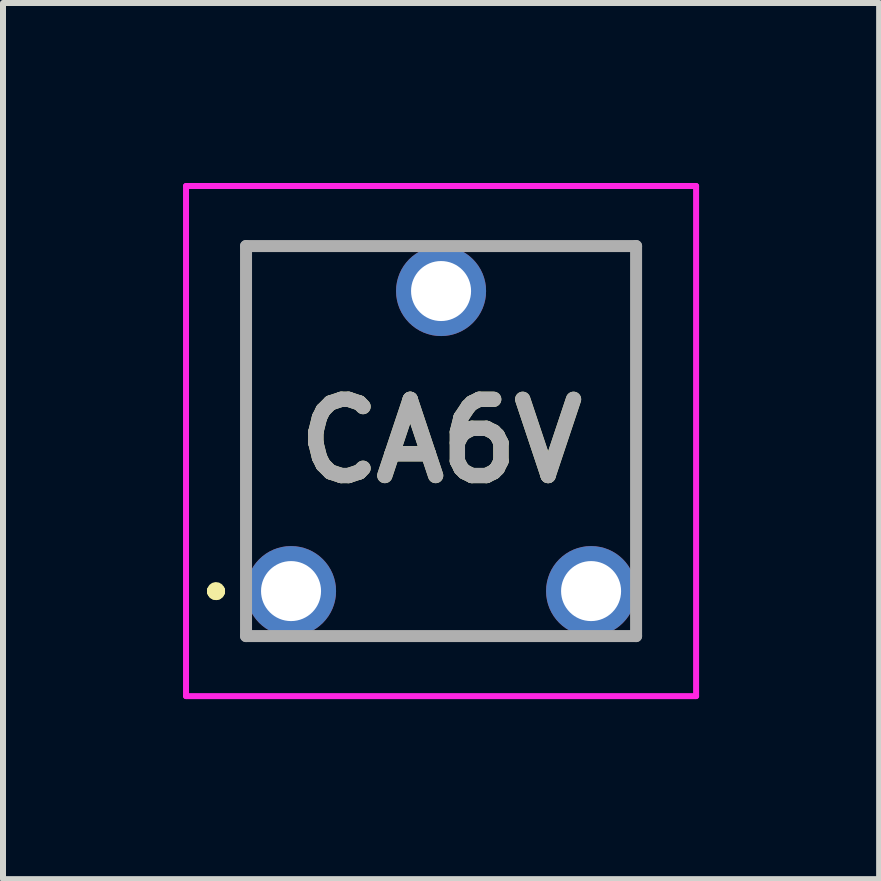
<source format=kicad_pcb>
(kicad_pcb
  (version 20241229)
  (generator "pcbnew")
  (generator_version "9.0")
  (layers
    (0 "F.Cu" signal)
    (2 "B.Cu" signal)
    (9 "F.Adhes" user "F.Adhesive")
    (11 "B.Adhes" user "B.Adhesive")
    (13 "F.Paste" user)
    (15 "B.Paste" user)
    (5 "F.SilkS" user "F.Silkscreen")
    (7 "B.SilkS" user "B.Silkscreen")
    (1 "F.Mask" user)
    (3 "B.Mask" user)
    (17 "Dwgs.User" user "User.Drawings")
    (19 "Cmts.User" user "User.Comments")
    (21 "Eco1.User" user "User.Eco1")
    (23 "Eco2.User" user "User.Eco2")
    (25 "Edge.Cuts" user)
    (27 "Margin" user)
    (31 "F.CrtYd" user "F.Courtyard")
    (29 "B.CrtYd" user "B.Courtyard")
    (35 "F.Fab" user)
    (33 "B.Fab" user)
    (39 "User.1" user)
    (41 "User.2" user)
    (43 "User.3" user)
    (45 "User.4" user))
  (footprint "CA6V"
    (layer "F.Cu")
    (at 1.8 6.8)
    (property "Reference" "CA6V" (at 2.5 -2.5 0) (layer "F.SilkS") (effects (font (size 1.27 1.27) (thickness 0.254))))
    (attr through_hole)
    (fp_line (start -1.3 0) (end -1.3 0) (stroke (width 0.2) (type solid)) (layer "F.SilkS"))
    (fp_line (start -1.3 0) (end -1.3 0) (stroke (width 0.2) (type solid)) (layer "F.SilkS"))
    (fp_line (start -1.2 0) (end -1.2 0) (stroke (width 0.2) (type solid)) (layer "F.SilkS"))
    (fp_line (start -0.75 -5.75) (end -0.75 -5.75) (stroke (width 0.1) (type solid)) (layer "F.SilkS"))
    (fp_line (start -0.75 -5.75) (end -0.75 -5.75) (stroke (width 0.1) (type solid)) (layer "F.SilkS"))
    (fp_line (start -0.75 -5.75) (end -0.75 -1) (stroke (width 0.1) (type solid)) (layer "F.SilkS"))
    (fp_line (start -0.75 -5.75) (end 1.25 -5.75) (stroke (width 0.1) (type solid)) (layer "F.SilkS"))
    (fp_line (start -0.75 -1) (end -0.75 -5.75) (stroke (width 0.1) (type solid)) (layer "F.SilkS"))
    (fp_line (start -0.75 -1) (end -0.75 -1) (stroke (width 0.1) (type solid)) (layer "F.SilkS"))
    (fp_line (start 1.25 -5.75) (end -0.75 -5.75) (stroke (width 0.1) (type solid)) (layer "F.SilkS"))
    (fp_line (start 1.25 -5.75) (end 1.25 -5.75) (stroke (width 0.1) (type solid)) (layer "F.SilkS"))
    (fp_line (start 1.25 0.75) (end 1.25 0.75) (stroke (width 0.1) (type solid)) (layer "F.SilkS"))
    (fp_line (start 1.25 0.75) (end 3.75 0.75) (stroke (width 0.1) (type solid)) (layer "F.SilkS"))
    (fp_line (start 3.5 -5.75) (end 3.5 -5.75) (stroke (width 0.1) (type solid)) (layer "F.SilkS"))
    (fp_line (start 3.5 -5.75) (end 5.75 -5.75) (stroke (width 0.1) (type solid)) (layer "F.SilkS"))
    (fp_line (start 3.75 0.75) (end 1.25 0.75) (stroke (width 0.1) (type solid)) (layer "F.SilkS"))
    (fp_line (start 3.75 0.75) (end 3.75 0.75) (stroke (width 0.1) (type solid)) (layer "F.SilkS"))
    (fp_line (start 5.75 -5.75) (end 3.5 -5.75) (stroke (width 0.1) (type solid)) (layer "F.SilkS"))
    (fp_line (start 5.75 -5.75) (end 5.75 -5.75) (stroke (width 0.1) (type solid)) (layer "F.SilkS"))
    (fp_line (start 5.75 -5.75) (end 5.75 -5.75) (stroke (width 0.1) (type solid)) (layer "F.SilkS"))
    (fp_line (start 5.75 -5.75) (end 5.75 -1) (stroke (width 0.1) (type solid)) (layer "F.SilkS"))
    (fp_line (start 5.75 -1) (end 5.75 -5.75) (stroke (width 0.1) (type solid)) (layer "F.SilkS"))
    (fp_line (start 5.75 -1) (end 5.75 -1) (stroke (width 0.1) (type solid)) (layer "F.SilkS"))
    (fp_arc (start -1.3 0) (mid -1.25 -0.05) (end -1.2 0) (stroke (width 0.2) (type solid)) (layer "F.SilkS"))
    (fp_arc (start -1.2 0) (mid -1.25 0.05) (end -1.3 0) (stroke (width 0.2) (type solid)) (layer "F.SilkS"))
    (fp_arc (start -1.2 0) (mid -1.25 0.05) (end -1.3 0) (stroke (width 0.2) (type solid)) (layer "F.SilkS"))
    (fp_line (start -1.75 -6.75) (end 6.75 -6.75) (stroke (width 0.1) (type solid)) (layer "F.CrtYd"))
    (fp_line (start -1.75 1.75) (end -1.75 -6.75) (stroke (width 0.1) (type solid)) (layer "F.CrtYd"))
    (fp_line (start 6.75 -6.75) (end 6.75 1.75) (stroke (width 0.1) (type solid)) (layer "F.CrtYd"))
    (fp_line (start 6.75 1.75) (end -1.75 1.75) (stroke (width 0.1) (type solid)) (layer "F.CrtYd"))
    (fp_line (start -0.75 -5.75) (end -0.75 0.75) (stroke (width 0.2) (type solid)) (layer "F.Fab"))
    (fp_line (start -0.75 0.75) (end 5.75 0.75) (stroke (width 0.2) (type solid)) (layer "F.Fab"))
    (fp_line (start 5.75 -5.75) (end -0.75 -5.75) (stroke (width 0.2) (type solid)) (layer "F.Fab"))
    (fp_line (start 5.75 0.75) (end 5.75 -5.75) (stroke (width 0.2) (type solid)) (layer "F.Fab"))
    (fp_text user "${REFERENCE}" (at 2.5 -2.5 0) (layer "F.Fab") (effects (font (size 1.27 1.27) (thickness 0.254))))
    (pad "" np_thru_hole circle (at 2.5 -2.5) (size 0.001 0.001) (drill 2.5) (layers "*.Cu" "*.Mask"))
    (pad "1" thru_hole circle (at 0 0) (size 1.5 1.5) (drill 1) (layers "*.Cu" "*.Mask"))
    (pad "2" thru_hole circle (at 2.5 -5) (size 1.5 1.5) (drill 1) (layers "*.Cu" "*.Mask"))
    (pad "3" thru_hole circle (at 5 0) (size 1.5 1.5) (drill 1) (layers "*.Cu" "*.Mask")))
  (gr_rect
    (start -3 -3)
    (end 11.6 11.6)
    (stroke (width 0.1) (type default))
    (fill no)
    (layer "Edge.Cuts")))
</source>
